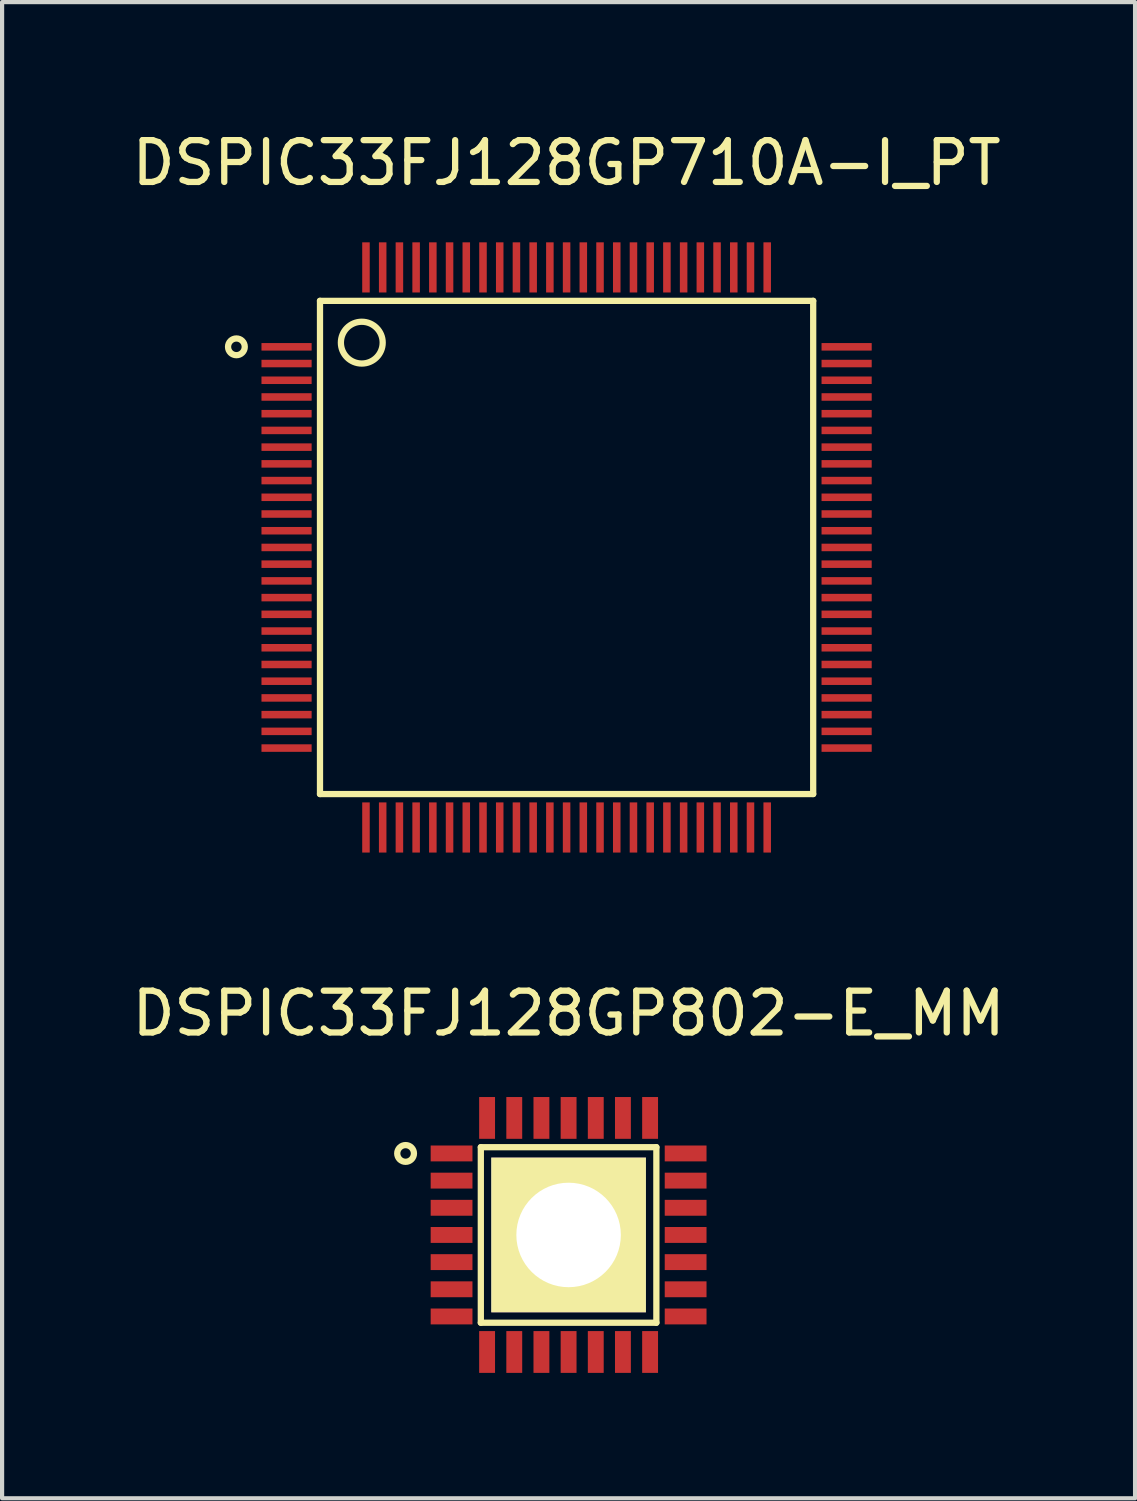
<source format=kicad_pcb>
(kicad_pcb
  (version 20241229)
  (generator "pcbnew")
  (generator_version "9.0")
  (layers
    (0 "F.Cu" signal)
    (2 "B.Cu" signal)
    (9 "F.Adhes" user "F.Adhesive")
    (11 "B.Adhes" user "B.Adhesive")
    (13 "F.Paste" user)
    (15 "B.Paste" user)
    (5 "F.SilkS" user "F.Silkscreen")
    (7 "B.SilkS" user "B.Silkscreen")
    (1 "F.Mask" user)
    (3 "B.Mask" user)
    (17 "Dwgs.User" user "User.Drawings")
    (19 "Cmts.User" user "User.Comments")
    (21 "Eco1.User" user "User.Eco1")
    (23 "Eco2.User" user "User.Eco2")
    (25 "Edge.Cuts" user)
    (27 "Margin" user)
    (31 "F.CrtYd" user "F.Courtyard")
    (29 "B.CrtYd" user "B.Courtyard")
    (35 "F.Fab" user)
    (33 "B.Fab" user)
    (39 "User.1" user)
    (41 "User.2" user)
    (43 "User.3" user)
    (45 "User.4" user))
  (footprint "DSPIC33FJ128GP802-E_MM"
    (layer "F.Cu")
    (at 7.754 23.697)
    (property "Reference" "DSPIC33FJ128GP802-E_MM" (at 2.8 -2.5 0) (layer "F.SilkS") (effects (font (size 1 1) (thickness 0.15))))
    (attr through_hole)
    (fp_line (start 0.7 0.7) (end 0.7 4.9) (stroke (width 0.15) (type solid)) (layer "F.SilkS"))
    (fp_line (start 0.7 0.7) (end 4.9 0.7) (stroke (width 0.15) (type solid)) (layer "F.SilkS"))
    (fp_line (start 0.7 4.9) (end 4.9 4.9) (stroke (width 0.15) (type solid)) (layer "F.SilkS"))
    (fp_line (start 4.9 4.9) (end 4.9 0.7) (stroke (width 0.15) (type solid)) (layer "F.SilkS"))
    (fp_circle (center -1.1 0.85) (end -1.1 0.65) (stroke (width 0.15) (type solid)) (fill no) (layer "F.SilkS"))
    (fp_circle (center 1.7 1.7) (end 1.7 1.2) (stroke (width 0.15) (type solid)) (fill no) (layer "F.SilkS"))
    (pad "1" smd rect (at 0 0.85) (size 1 0.38) (layers "F.Cu" "F.Mask" "F.Paste"))
    (pad "2" smd rect (at 0 1.5) (size 1 0.38) (layers "F.Cu" "F.Mask" "F.Paste"))
    (pad "3" smd rect (at 0 2.15) (size 1 0.38) (layers "F.Cu" "F.Mask" "F.Paste"))
    (pad "4" smd rect (at 0 2.8) (size 1 0.38) (layers "F.Cu" "F.Mask" "F.Paste"))
    (pad "5" smd rect (at 0 3.45) (size 1 0.38) (layers "F.Cu" "F.Mask" "F.Paste"))
    (pad "6" smd rect (at 0 4.1) (size 1 0.38) (layers "F.Cu" "F.Mask" "F.Paste"))
    (pad "7" smd rect (at 0 4.75) (size 1 0.38) (layers "F.Cu" "F.Mask" "F.Paste"))
    (pad "8" smd rect (at 0.85 5.6) (size 0.38 1) (layers "F.Cu" "F.Mask" "F.Paste"))
    (pad "9" smd rect (at 1.5 5.6) (size 0.38 1) (layers "F.Cu" "F.Mask" "F.Paste"))
    (pad "10" smd rect (at 2.15 5.6) (size 0.38 1) (layers "F.Cu" "F.Mask" "F.Paste"))
    (pad "11" smd rect (at 2.8 5.6) (size 0.38 1) (layers "F.Cu" "F.Mask" "F.Paste"))
    (pad "12" smd rect (at 3.45 5.6) (size 0.38 1) (layers "F.Cu" "F.Mask" "F.Paste"))
    (pad "13" smd rect (at 4.1 5.6) (size 0.38 1) (layers "F.Cu" "F.Mask" "F.Paste"))
    (pad "14" smd rect (at 4.75 5.6) (size 0.38 1) (layers "F.Cu" "F.Mask" "F.Paste"))
    (pad "15" smd rect (at 5.6 4.75) (size 1 0.38) (layers "F.Cu" "F.Mask" "F.Paste"))
    (pad "16" smd rect (at 5.6 4.1) (size 1 0.38) (layers "F.Cu" "F.Mask" "F.Paste"))
    (pad "17" smd rect (at 5.6 3.45) (size 1 0.38) (layers "F.Cu" "F.Mask" "F.Paste"))
    (pad "18" smd rect (at 5.6 2.8) (size 1 0.38) (layers "F.Cu" "F.Mask" "F.Paste"))
    (pad "19" smd rect (at 5.6 2.15) (size 1 0.38) (layers "F.Cu" "F.Mask" "F.Paste"))
    (pad "20" smd rect (at 5.6 1.5) (size 1 0.38) (layers "F.Cu" "F.Mask" "F.Paste"))
    (pad "21" smd rect (at 5.6 0.85) (size 1 0.38) (layers "F.Cu" "F.Mask" "F.Paste"))
    (pad "22" smd rect (at 4.75 0) (size 0.38 1) (layers "F.Cu" "F.Mask" "F.Paste"))
    (pad "23" smd rect (at 4.1 0) (size 0.38 1) (layers "F.Cu" "F.Mask" "F.Paste"))
    (pad "24" smd rect (at 3.45 0) (size 0.38 1) (layers "F.Cu" "F.Mask" "F.Paste"))
    (pad "25" smd rect (at 2.8 0) (size 0.38 1) (layers "F.Cu" "F.Mask" "F.Paste"))
    (pad "26" smd rect (at 2.15 0) (size 0.38 1) (layers "F.Cu" "F.Mask" "F.Paste"))
    (pad "27" smd rect (at 1.5 0) (size 0.38 1) (layers "F.Cu" "F.Mask" "F.Paste"))
    (pad "28" smd rect (at 0.85 0) (size 0.38 1) (layers "F.Cu" "F.Mask" "F.Paste"))
    (pad "999" thru_hole rect (at 2.8 2.8) (size 3.7 3.7) (drill 2.5) (layers "*.Cu" "*.Mask" "F.SilkS")))
  (footprint "DSPIC33FJ128GP710A-I_PT"
    (layer "F.Cu")
    (at 3.806 3.348)
    (property "Reference" "DSPIC33FJ128GP710A-I_PT" (at 6.7 -2.5 0) (layer "F.SilkS") (effects (font (size 1 1) (thickness 0.15))))
    (attr through_hole)
    (fp_line (start 0.8 0.8) (end 0.8 12.6) (stroke (width 0.15) (type solid)) (layer "F.SilkS"))
    (fp_line (start 0.8 0.8) (end 12.6 0.8) (stroke (width 0.15) (type solid)) (layer "F.SilkS"))
    (fp_line (start 0.8 12.6) (end 12.6 12.6) (stroke (width 0.15) (type solid)) (layer "F.SilkS"))
    (fp_line (start 12.6 12.6) (end 12.6 0.8) (stroke (width 0.15) (type solid)) (layer "F.SilkS"))
    (fp_circle (center -1.2 1.9) (end -1.2 1.7) (stroke (width 0.15) (type solid)) (fill no) (layer "F.SilkS"))
    (fp_circle (center 1.8 1.8) (end 1.8 1.3) (stroke (width 0.15) (type solid)) (fill no) (layer "F.SilkS"))
    (pad "1" smd rect (at 0 1.9) (size 1.2 0.18) (layers "F.Cu" "F.Mask" "F.Paste"))
    (pad "2" smd rect (at 0 2.3) (size 1.2 0.18) (layers "F.Cu" "F.Mask" "F.Paste"))
    (pad "3" smd rect (at 0 2.7) (size 1.2 0.18) (layers "F.Cu" "F.Mask" "F.Paste"))
    (pad "4" smd rect (at 0 3.1) (size 1.2 0.18) (layers "F.Cu" "F.Mask" "F.Paste"))
    (pad "5" smd rect (at 0 3.5) (size 1.2 0.18) (layers "F.Cu" "F.Mask" "F.Paste"))
    (pad "6" smd rect (at 0 3.9) (size 1.2 0.18) (layers "F.Cu" "F.Mask" "F.Paste"))
    (pad "7" smd rect (at 0 4.3) (size 1.2 0.18) (layers "F.Cu" "F.Mask" "F.Paste"))
    (pad "8" smd rect (at 0 4.7) (size 1.2 0.18) (layers "F.Cu" "F.Mask" "F.Paste"))
    (pad "9" smd rect (at 0 5.1) (size 1.2 0.18) (layers "F.Cu" "F.Mask" "F.Paste"))
    (pad "10" smd rect (at 0 5.5) (size 1.2 0.18) (layers "F.Cu" "F.Mask" "F.Paste"))
    (pad "11" smd rect (at 0 5.9) (size 1.2 0.18) (layers "F.Cu" "F.Mask" "F.Paste"))
    (pad "12" smd rect (at 0 6.3) (size 1.2 0.18) (layers "F.Cu" "F.Mask" "F.Paste"))
    (pad "13" smd rect (at 0 6.7) (size 1.2 0.18) (layers "F.Cu" "F.Mask" "F.Paste"))
    (pad "14" smd rect (at 0 7.1) (size 1.2 0.18) (layers "F.Cu" "F.Mask" "F.Paste"))
    (pad "15" smd rect (at 0 7.5) (size 1.2 0.18) (layers "F.Cu" "F.Mask" "F.Paste"))
    (pad "16" smd rect (at 0 7.9) (size 1.2 0.18) (layers "F.Cu" "F.Mask" "F.Paste"))
    (pad "17" smd rect (at 0 8.3) (size 1.2 0.18) (layers "F.Cu" "F.Mask" "F.Paste"))
    (pad "18" smd rect (at 0 8.7) (size 1.2 0.18) (layers "F.Cu" "F.Mask" "F.Paste"))
    (pad "19" smd rect (at 0 9.1) (size 1.2 0.18) (layers "F.Cu" "F.Mask" "F.Paste"))
    (pad "20" smd rect (at 0 9.5) (size 1.2 0.18) (layers "F.Cu" "F.Mask" "F.Paste"))
    (pad "21" smd rect (at 0 9.9) (size 1.2 0.18) (layers "F.Cu" "F.Mask" "F.Paste"))
    (pad "22" smd rect (at 0 10.3) (size 1.2 0.18) (layers "F.Cu" "F.Mask" "F.Paste"))
    (pad "23" smd rect (at 0 10.7) (size 1.2 0.18) (layers "F.Cu" "F.Mask" "F.Paste"))
    (pad "24" smd rect (at 0 11.1) (size 1.2 0.18) (layers "F.Cu" "F.Mask" "F.Paste"))
    (pad "25" smd rect (at 0 11.5) (size 1.2 0.18) (layers "F.Cu" "F.Mask" "F.Paste"))
    (pad "26" smd rect (at 1.9 13.4) (size 0.18 1.2) (layers "F.Cu" "F.Mask" "F.Paste"))
    (pad "27" smd rect (at 2.3 13.4) (size 0.18 1.2) (layers "F.Cu" "F.Mask" "F.Paste"))
    (pad "28" smd rect (at 2.7 13.4) (size 0.18 1.2) (layers "F.Cu" "F.Mask" "F.Paste"))
    (pad "29" smd rect (at 3.1 13.4) (size 0.18 1.2) (layers "F.Cu" "F.Mask" "F.Paste"))
    (pad "30" smd rect (at 3.5 13.4) (size 0.18 1.2) (layers "F.Cu" "F.Mask" "F.Paste"))
    (pad "31" smd rect (at 3.9 13.4) (size 0.18 1.2) (layers "F.Cu" "F.Mask" "F.Paste"))
    (pad "32" smd rect (at 4.3 13.4) (size 0.18 1.2) (layers "F.Cu" "F.Mask" "F.Paste"))
    (pad "33" smd rect (at 4.7 13.4) (size 0.18 1.2) (layers "F.Cu" "F.Mask" "F.Paste"))
    (pad "34" smd rect (at 5.1 13.4) (size 0.18 1.2) (layers "F.Cu" "F.Mask" "F.Paste"))
    (pad "35" smd rect (at 5.5 13.4) (size 0.18 1.2) (layers "F.Cu" "F.Mask" "F.Paste"))
    (pad "36" smd rect (at 5.9 13.4) (size 0.18 1.2) (layers "F.Cu" "F.Mask" "F.Paste"))
    (pad "37" smd rect (at 6.3 13.4) (size 0.18 1.2) (layers "F.Cu" "F.Mask" "F.Paste"))
    (pad "38" smd rect (at 6.7 13.4) (size 0.18 1.2) (layers "F.Cu" "F.Mask" "F.Paste"))
    (pad "39" smd rect (at 7.1 13.4) (size 0.18 1.2) (layers "F.Cu" "F.Mask" "F.Paste"))
    (pad "40" smd rect (at 7.5 13.4) (size 0.18 1.2) (layers "F.Cu" "F.Mask" "F.Paste"))
    (pad "41" smd rect (at 7.9 13.4) (size 0.18 1.2) (layers "F.Cu" "F.Mask" "F.Paste"))
    (pad "42" smd rect (at 8.3 13.4) (size 0.18 1.2) (layers "F.Cu" "F.Mask" "F.Paste"))
    (pad "43" smd rect (at 8.7 13.4) (size 0.18 1.2) (layers "F.Cu" "F.Mask" "F.Paste"))
    (pad "44" smd rect (at 9.1 13.4) (size 0.18 1.2) (layers "F.Cu" "F.Mask" "F.Paste"))
    (pad "45" smd rect (at 9.5 13.4) (size 0.18 1.2) (layers "F.Cu" "F.Mask" "F.Paste"))
    (pad "46" smd rect (at 9.9 13.4) (size 0.18 1.2) (layers "F.Cu" "F.Mask" "F.Paste"))
    (pad "47" smd rect (at 10.3 13.4) (size 0.18 1.2) (layers "F.Cu" "F.Mask" "F.Paste"))
    (pad "48" smd rect (at 10.7 13.4) (size 0.18 1.2) (layers "F.Cu" "F.Mask" "F.Paste"))
    (pad "49" smd rect (at 11.1 13.4) (size 0.18 1.2) (layers "F.Cu" "F.Mask" "F.Paste"))
    (pad "50" smd rect (at 11.5 13.4) (size 0.18 1.2) (layers "F.Cu" "F.Mask" "F.Paste"))
    (pad "51" smd rect (at 13.4 11.5) (size 1.2 0.18) (layers "F.Cu" "F.Mask" "F.Paste"))
    (pad "52" smd rect (at 13.4 11.1) (size 1.2 0.18) (layers "F.Cu" "F.Mask" "F.Paste"))
    (pad "53" smd rect (at 13.4 10.7) (size 1.2 0.18) (layers "F.Cu" "F.Mask" "F.Paste"))
    (pad "54" smd rect (at 13.4 10.3) (size 1.2 0.18) (layers "F.Cu" "F.Mask" "F.Paste"))
    (pad "55" smd rect (at 13.4 9.9) (size 1.2 0.18) (layers "F.Cu" "F.Mask" "F.Paste"))
    (pad "56" smd rect (at 13.4 9.5) (size 1.2 0.18) (layers "F.Cu" "F.Mask" "F.Paste"))
    (pad "57" smd rect (at 13.4 9.1) (size 1.2 0.18) (layers "F.Cu" "F.Mask" "F.Paste"))
    (pad "58" smd rect (at 13.4 8.7) (size 1.2 0.18) (layers "F.Cu" "F.Mask" "F.Paste"))
    (pad "59" smd rect (at 13.4 8.3) (size 1.2 0.18) (layers "F.Cu" "F.Mask" "F.Paste"))
    (pad "60" smd rect (at 13.4 7.9) (size 1.2 0.18) (layers "F.Cu" "F.Mask" "F.Paste"))
    (pad "61" smd rect (at 13.4 7.5) (size 1.2 0.18) (layers "F.Cu" "F.Mask" "F.Paste"))
    (pad "62" smd rect (at 13.4 7.1) (size 1.2 0.18) (layers "F.Cu" "F.Mask" "F.Paste"))
    (pad "63" smd rect (at 13.4 6.7) (size 1.2 0.18) (layers "F.Cu" "F.Mask" "F.Paste"))
    (pad "64" smd rect (at 13.4 6.3) (size 1.2 0.18) (layers "F.Cu" "F.Mask" "F.Paste"))
    (pad "65" smd rect (at 13.4 5.9) (size 1.2 0.18) (layers "F.Cu" "F.Mask" "F.Paste"))
    (pad "66" smd rect (at 13.4 5.5) (size 1.2 0.18) (layers "F.Cu" "F.Mask" "F.Paste"))
    (pad "67" smd rect (at 13.4 5.1) (size 1.2 0.18) (layers "F.Cu" "F.Mask" "F.Paste"))
    (pad "68" smd rect (at 13.4 4.7) (size 1.2 0.18) (layers "F.Cu" "F.Mask" "F.Paste"))
    (pad "69" smd rect (at 13.4 4.3) (size 1.2 0.18) (layers "F.Cu" "F.Mask" "F.Paste"))
    (pad "70" smd rect (at 13.4 3.9) (size 1.2 0.18) (layers "F.Cu" "F.Mask" "F.Paste"))
    (pad "71" smd rect (at 13.4 3.5) (size 1.2 0.18) (layers "F.Cu" "F.Mask" "F.Paste"))
    (pad "72" smd rect (at 13.4 3.1) (size 1.2 0.18) (layers "F.Cu" "F.Mask" "F.Paste"))
    (pad "73" smd rect (at 13.4 2.7) (size 1.2 0.18) (layers "F.Cu" "F.Mask" "F.Paste"))
    (pad "74" smd rect (at 13.4 2.3) (size 1.2 0.18) (layers "F.Cu" "F.Mask" "F.Paste"))
    (pad "75" smd rect (at 13.4 1.9) (size 1.2 0.18) (layers "F.Cu" "F.Mask" "F.Paste"))
    (pad "76" smd rect (at 11.5 0) (size 0.18 1.2) (layers "F.Cu" "F.Mask" "F.Paste"))
    (pad "77" smd rect (at 11.1 0) (size 0.18 1.2) (layers "F.Cu" "F.Mask" "F.Paste"))
    (pad "78" smd rect (at 10.7 0) (size 0.18 1.2) (layers "F.Cu" "F.Mask" "F.Paste"))
    (pad "79" smd rect (at 10.3 0) (size 0.18 1.2) (layers "F.Cu" "F.Mask" "F.Paste"))
    (pad "80" smd rect (at 9.9 0) (size 0.18 1.2) (layers "F.Cu" "F.Mask" "F.Paste"))
    (pad "81" smd rect (at 9.5 0) (size 0.18 1.2) (layers "F.Cu" "F.Mask" "F.Paste"))
    (pad "82" smd rect (at 9.1 0) (size 0.18 1.2) (layers "F.Cu" "F.Mask" "F.Paste"))
    (pad "83" smd rect (at 8.7 0) (size 0.18 1.2) (layers "F.Cu" "F.Mask" "F.Paste"))
    (pad "84" smd rect (at 8.3 0) (size 0.18 1.2) (layers "F.Cu" "F.Mask" "F.Paste"))
    (pad "85" smd rect (at 7.9 0) (size 0.18 1.2) (layers "F.Cu" "F.Mask" "F.Paste"))
    (pad "86" smd rect (at 7.5 0) (size 0.18 1.2) (layers "F.Cu" "F.Mask" "F.Paste"))
    (pad "87" smd rect (at 7.1 0) (size 0.18 1.2) (layers "F.Cu" "F.Mask" "F.Paste"))
    (pad "88" smd rect (at 6.7 0) (size 0.18 1.2) (layers "F.Cu" "F.Mask" "F.Paste"))
    (pad "89" smd rect (at 6.3 0) (size 0.18 1.2) (layers "F.Cu" "F.Mask" "F.Paste"))
    (pad "90" smd rect (at 5.9 0) (size 0.18 1.2) (layers "F.Cu" "F.Mask" "F.Paste"))
    (pad "91" smd rect (at 5.5 0) (size 0.18 1.2) (layers "F.Cu" "F.Mask" "F.Paste"))
    (pad "92" smd rect (at 5.1 0) (size 0.18 1.2) (layers "F.Cu" "F.Mask" "F.Paste"))
    (pad "93" smd rect (at 4.7 0) (size 0.18 1.2) (layers "F.Cu" "F.Mask" "F.Paste"))
    (pad "94" smd rect (at 4.3 0) (size 0.18 1.2) (layers "F.Cu" "F.Mask" "F.Paste"))
    (pad "95" smd rect (at 3.9 0) (size 0.18 1.2) (layers "F.Cu" "F.Mask" "F.Paste"))
    (pad "96" smd rect (at 3.5 0) (size 0.18 1.2) (layers "F.Cu" "F.Mask" "F.Paste"))
    (pad "97" smd rect (at 3.1 0) (size 0.18 1.2) (layers "F.Cu" "F.Mask" "F.Paste"))
    (pad "98" smd rect (at 2.7 0) (size 0.18 1.2) (layers "F.Cu" "F.Mask" "F.Paste"))
    (pad "99" smd rect (at 2.3 0) (size 0.18 1.2) (layers "F.Cu" "F.Mask" "F.Paste"))
    (pad "100" smd rect (at 1.9 0) (size 0.18 1.2) (layers "F.Cu" "F.Mask" "F.Paste")))
  (gr_rect
    (start -3 -3)
    (end 24.107 32.797)
    (stroke (width 0.1) (type default))
    (fill no)
    (layer "Edge.Cuts")))
</source>
